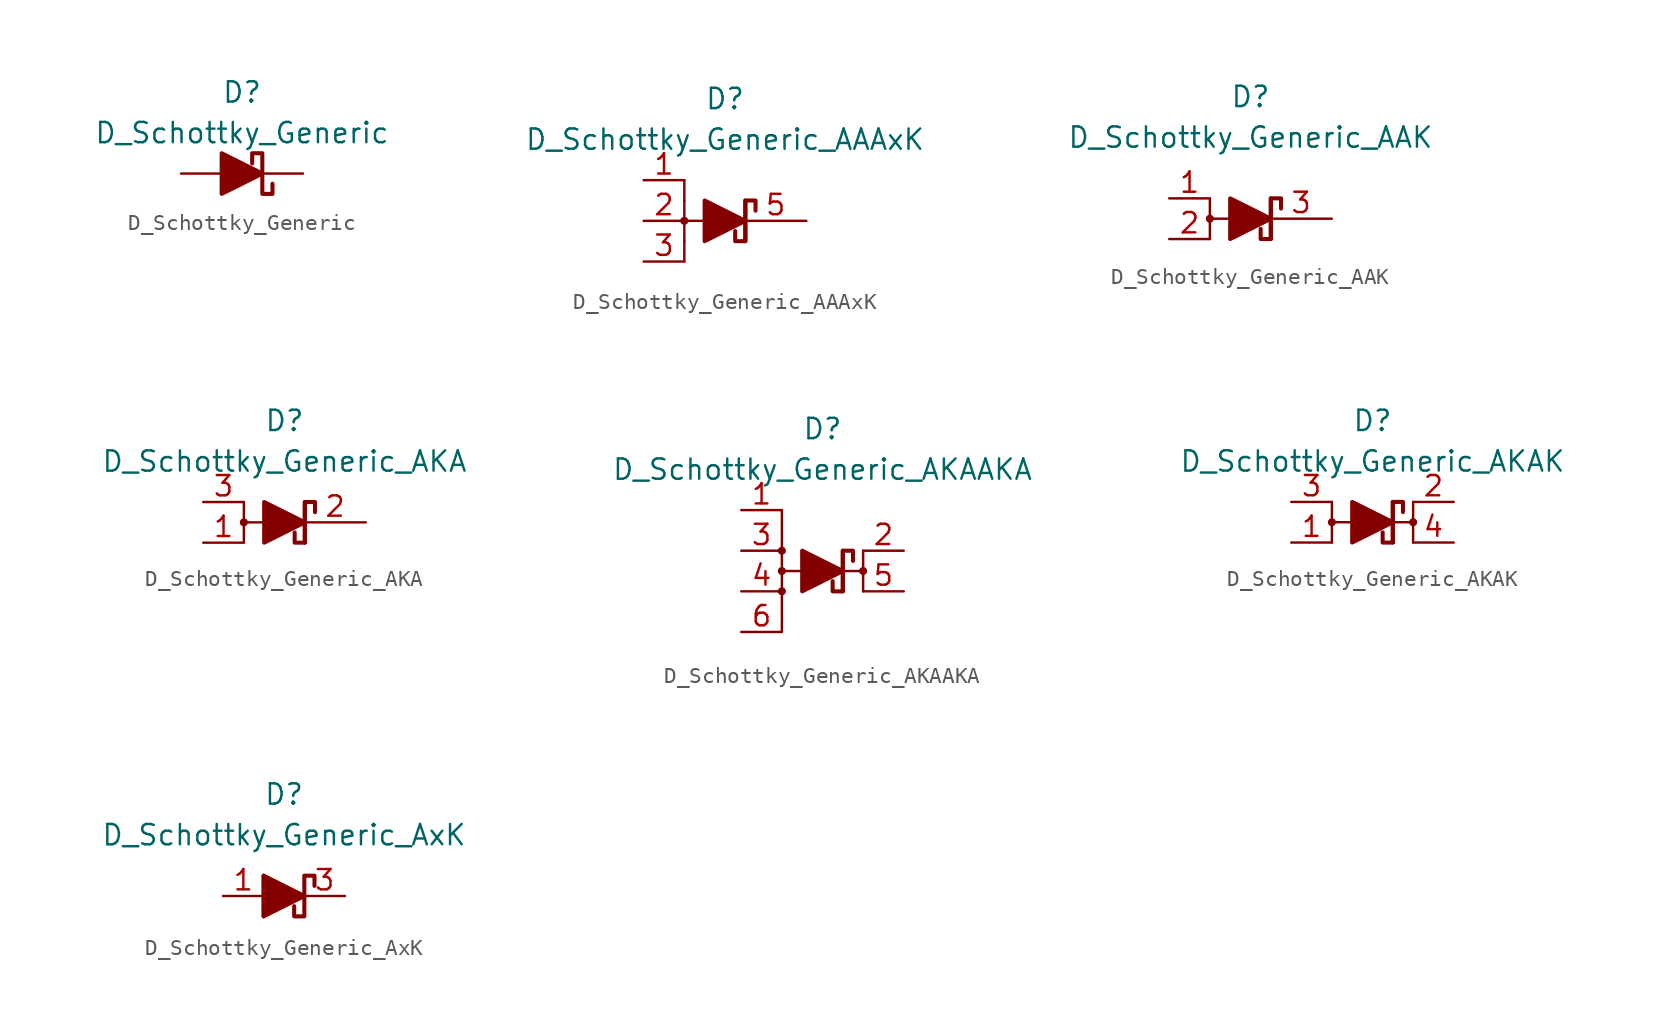
<source format=kicad_sym>
(kicad_symbol_lib
  (version 20211014)
  (generator kicad_symbol_editor)
  (symbol "D_Schottky_Generic"
    (pin_numbers hide)
    (pin_names
      (offset 1.016) hide)
    (property "Reference" "D"
      (at 0 5.08 0)
      (effects (font (size 1.27 1.27))))
    (property "Value" "D_Schottky_Generic"
      (at 0 2.54 0)
      (effects (font (size 1.27 1.27))))
    (symbol "D_Schottky_Generic_0_1"
      (polyline (pts (xy -1.27 0) (xy 1.27 0)) (stroke (width 0) (type default) (color 0 0 0 0)) (fill (type none)))
      (polyline (pts (xy -1.27 -1.27) (xy -1.27 1.27) (xy 1.27 0) (xy -1.27 -1.27)) (stroke (width 0.254) (type default) (color 0 0 0 0)) (fill (type outline)))
      (polyline (pts (xy 1.905 -0.635) (xy 1.905 -1.27) (xy 1.27 -1.27) (xy 1.27 1.27) (xy 0.635 1.27) (xy 0.635 0.635)) (stroke (width 0.254) (type default) (color 0 0 0 0)) (fill (type none))))
    (symbol "D_Schottky_Generic_1_1"
      (pin passive line (at 3.81 0 180) (length 2.54) (name "K" (effects (font (size 1.27 1.27)))) (number "1" (effects (font (size 1.27 1.27)))))
      (pin passive line (at -3.81 0 0) (length 2.54) (name "A" (effects (font (size 1.27 1.27)))) (number "2" (effects (font (size 1.27 1.27)))))))
  (symbol "D_Schottky_Generic_AAAxK"
    (pin_names
      (offset 1.016) hide)
    (property "Reference" "D"
      (at 0 7.62 0)
      (effects (font (size 1.27 1.27))))
    (property "Value" "D_Schottky_Generic_AAAxK"
      (at 0 5.08 0)
      (effects (font (size 1.27 1.27))))
    (symbol "D_Schottky_Generic_AAAxK_0_1"
      (circle (center -2.54 0) (radius 0.178) (stroke (width 0) (type default) (color 0 0 0 0)) (fill (type outline)))
      (polyline (pts (xy -2.54 -2.54) (xy -2.54 -1.27)) (stroke (width 0) (type default) (color 0 0 0 0)) (fill (type none)))
      (polyline (pts (xy -2.54 1.27) (xy -2.54 -1.27)) (stroke (width 0) (type default) (color 0 0 0 0)) (fill (type none)))
      (polyline (pts (xy -2.54 1.27) (xy -2.54 2.54)) (stroke (width 0) (type default) (color 0 0 0 0)) (fill (type none)))
      (polyline (pts (xy -1.27 0) (xy -2.54 0)) (stroke (width 0) (type default) (color 0 0 0 0)) (fill (type none)))
      (polyline (pts (xy -1.27 0) (xy 1.27 0)) (stroke (width 0) (type default) (color 0 0 0 0)) (fill (type none)))
      (polyline (pts (xy 1.27 -1.27) (xy 1.27 1.27)) (stroke (width 0.254) (type default) (color 0 0 0 0)) (fill (type none)))
      (polyline (pts (xy -1.27 -1.27) (xy -1.27 1.27) (xy 1.27 0) (xy -1.27 -1.27)) (stroke (width 0.254) (type default) (color 0 0 0 0)) (fill (type outline))))
    (symbol "D_Schottky_Generic_AAAxK_1_1"
      (polyline (pts (xy 0.635 -0.635) (xy 0.635 -1.27) (xy 1.27 -1.27) (xy 1.27 1.27) (xy 1.905 1.27) (xy 1.905 0.635)) (stroke (width 0.254) (type default) (color 0 0 0 0)) (fill (type none)))
      (pin passive line (at -5.08 2.54 0) (length 2.54) (name "A" (effects (font (size 1.27 1.27)))) (number "1" (effects (font (size 1.27 1.27)))))
      (pin passive line (at -5.08 0 0) (length 2.54) (name "A" (effects (font (size 1.27 1.27)))) (number "2" (effects (font (size 1.27 1.27)))))
      (pin passive line (at -5.08 -2.54 0) (length 2.54) (name "A" (effects (font (size 1.27 1.27)))) (number "3" (effects (font (size 1.27 1.27)))))
      (pin no_connect line (at 0 0 0) (length 2.54) hide (name "NC" (effects (font (size 1.27 1.27)))) (number "4" (effects (font (size 1.27 1.27)))))
      (pin passive line (at 5.08 0 180) (length 3.835) (name "K" (effects (font (size 1.27 1.27)))) (number "5" (effects (font (size 1.27 1.27)))))))
  (symbol "D_Schottky_Generic_AAK"
    (pin_names
      (offset 1.016) hide)
    (property "Reference" "D"
      (at 0 7.62 0)
      (effects (font (size 1.27 1.27))))
    (property "Value" "D_Schottky_Generic_AAK"
      (at 0 5.08 0)
      (effects (font (size 1.27 1.27))))
    (symbol "D_Schottky_Generic_AAK_0_1"
      (circle (center -2.54 0) (radius 0.178) (stroke (width 0) (type default) (color 0 0 0 0)) (fill (type outline)))
      (polyline (pts (xy -2.54 1.27) (xy -2.54 -1.27)) (stroke (width 0) (type default) (color 0 0 0 0)) (fill (type none)))
      (polyline (pts (xy -1.27 0) (xy -2.54 0)) (stroke (width 0) (type default) (color 0 0 0 0)) (fill (type none)))
      (polyline (pts (xy -1.27 0) (xy 1.27 0)) (stroke (width 0) (type default) (color 0 0 0 0)) (fill (type none)))
      (polyline (pts (xy 1.27 -1.27) (xy 1.27 1.27)) (stroke (width 0.254) (type default) (color 0 0 0 0)) (fill (type none)))
      (polyline (pts (xy -1.27 -1.27) (xy -1.27 1.27) (xy 1.27 0) (xy -1.27 -1.27)) (stroke (width 0.254) (type default) (color 0 0 0 0)) (fill (type outline))))
    (symbol "D_Schottky_Generic_AAK_1_1"
      (polyline (pts (xy 0.635 -0.635) (xy 0.635 -1.27) (xy 1.27 -1.27) (xy 1.27 1.27) (xy 1.905 1.27) (xy 1.905 0.635)) (stroke (width 0.254) (type default) (color 0 0 0 0)) (fill (type none)))
      (pin passive line (at -5.08 1.27 0) (length 2.54) (name "A" (effects (font (size 1.27 1.27)))) (number "1" (effects (font (size 1.27 1.27)))))
      (pin passive line (at -5.08 -1.27 0) (length 2.54) (name "A" (effects (font (size 1.27 1.27)))) (number "2" (effects (font (size 1.27 1.27)))))
      (pin passive line (at 5.08 0 180) (length 3.835) (name "K" (effects (font (size 1.27 1.27)))) (number "3" (effects (font (size 1.27 1.27)))))))
  (symbol "D_Schottky_Generic_AKA"
    (pin_names
      (offset 1.016) hide)
    (property "Reference" "D"
      (at 0 6.35 0)
      (effects (font (size 1.27 1.27))))
    (property "Value" "D_Schottky_Generic_AKA"
      (at 0 3.81 0)
      (effects (font (size 1.27 1.27))))
    (symbol "D_Schottky_Generic_AKA_0_1"
      (circle (center -2.54 0) (radius 0.178) (stroke (width 0) (type default) (color 0 0 0 0)) (fill (type outline)))
      (polyline (pts (xy -2.54 1.27) (xy -2.54 -1.27)) (stroke (width 0) (type default) (color 0 0 0 0)) (fill (type none)))
      (polyline (pts (xy -1.27 0) (xy -2.54 0)) (stroke (width 0) (type default) (color 0 0 0 0)) (fill (type none)))
      (polyline (pts (xy -1.27 0) (xy 1.27 0)) (stroke (width 0) (type default) (color 0 0 0 0)) (fill (type none)))
      (polyline (pts (xy 1.27 -1.27) (xy 1.27 1.27)) (stroke (width 0.254) (type default) (color 0 0 0 0)) (fill (type none)))
      (polyline (pts (xy -1.27 -1.27) (xy -1.27 1.27) (xy 1.27 0) (xy -1.27 -1.27)) (stroke (width 0.254) (type default) (color 0 0 0 0)) (fill (type outline))))
    (symbol "D_Schottky_Generic_AKA_1_1"
      (polyline (pts (xy 0.635 -0.635) (xy 0.635 -1.27) (xy 1.27 -1.27) (xy 1.27 1.27) (xy 1.905 1.27) (xy 1.905 0.635)) (stroke (width 0.254) (type default) (color 0 0 0 0)) (fill (type none)))
      (pin passive line (at -5.08 -1.27 0) (length 2.54) (name "A" (effects (font (size 1.27 1.27)))) (number "1" (effects (font (size 1.27 1.27)))))
      (pin passive line (at 5.08 0 180) (length 3.835) (name "K" (effects (font (size 1.27 1.27)))) (number "2" (effects (font (size 1.27 1.27)))))
      (pin passive line (at -5.08 1.27 0) (length 2.54) (name "A" (effects (font (size 1.27 1.27)))) (number "3" (effects (font (size 1.27 1.27)))))))
  (symbol "D_Schottky_Generic_AKAAKA"
    (pin_names
      (offset 1.016) hide)
    (property "Reference" "D"
      (at 0 8.89 0)
      (effects (font (size 1.27 1.27))))
    (property "Value" "D_Schottky_Generic_AKAAKA"
      (at 0 6.35 0)
      (effects (font (size 1.27 1.27))))
    (symbol "D_Schottky_Generic_AKAAKA_0_1"
      (circle (center -2.54 0) (radius 0.178) (stroke (width 0) (type default) (color 0 0 0 0)) (fill (type outline)))
      (polyline (pts (xy -2.54 -3.81) (xy -2.54 -1.27)) (stroke (width 0) (type default) (color 0 0 0 0)) (fill (type none)))
      (polyline (pts (xy -2.54 1.27) (xy -2.54 -1.27)) (stroke (width 0) (type default) (color 0 0 0 0)) (fill (type none)))
      (polyline (pts (xy -2.54 1.27) (xy -2.54 3.81)) (stroke (width 0) (type default) (color 0 0 0 0)) (fill (type none)))
      (polyline (pts (xy -1.27 0) (xy -2.54 0)) (stroke (width 0) (type default) (color 0 0 0 0)) (fill (type none)))
      (polyline (pts (xy -1.27 0) (xy 1.27 0)) (stroke (width 0) (type default) (color 0 0 0 0)) (fill (type none)))
      (polyline (pts (xy 1.27 -1.27) (xy 1.27 1.27)) (stroke (width 0.254) (type default) (color 0 0 0 0)) (fill (type none)))
      (polyline (pts (xy -1.27 -1.27) (xy -1.27 1.27) (xy 1.27 0) (xy -1.27 -1.27)) (stroke (width 0.254) (type default) (color 0 0 0 0)) (fill (type outline))))
    (symbol "D_Schottky_Generic_AKAAKA_1_1"
      (circle (center -2.54 -1.27) (radius 0.178) (stroke (width 0) (type default) (color 0 0 0 0)) (fill (type outline)))
      (circle (center -2.54 1.27) (radius 0.178) (stroke (width 0) (type default) (color 0 0 0 0)) (fill (type outline)))
      (polyline (pts (xy 1.27 0) (xy 2.54 0)) (stroke (width 0) (type default) (color 0 0 0 0)) (fill (type none)))
      (polyline (pts (xy 2.54 -1.27) (xy 2.54 1.27)) (stroke (width 0) (type default) (color 0 0 0 0)) (fill (type none)))
      (polyline (pts (xy 0.635 -0.635) (xy 0.635 -1.27) (xy 1.27 -1.27) (xy 1.27 1.27) (xy 1.905 1.27) (xy 1.905 0.635)) (stroke (width 0.254) (type default) (color 0 0 0 0)) (fill (type none)))
      (circle (center 2.54 0) (radius 0.178) (stroke (width 0) (type default) (color 0 0 0 0)) (fill (type outline)))
      (pin passive line (at -5.08 3.81 0) (length 2.54) (name "A" (effects (font (size 1.27 1.27)))) (number "1" (effects (font (size 1.27 1.27)))))
      (pin passive line (at 5.08 1.27 180) (length 2.54) (name "K" (effects (font (size 1.27 1.27)))) (number "2" (effects (font (size 1.27 1.27)))))
      (pin passive line (at -5.08 1.27 0) (length 2.54) (name "A" (effects (font (size 1.27 1.27)))) (number "3" (effects (font (size 1.27 1.27)))))
      (pin passive line (at -5.08 -1.27 0) (length 2.54) (name "A" (effects (font (size 1.27 1.27)))) (number "4" (effects (font (size 1.27 1.27)))))
      (pin passive line (at 5.08 -1.27 180) (length 2.54) (name "K" (effects (font (size 1.27 1.27)))) (number "5" (effects (font (size 1.27 1.27)))))
      (pin passive line (at -5.08 -3.81 0) (length 2.54) (name "A" (effects (font (size 1.27 1.27)))) (number "6" (effects (font (size 1.27 1.27)))))))
  (symbol "D_Schottky_Generic_AKAK"
    (pin_names
      (offset 1.016) hide)
    (property "Reference" "D"
      (at 0 6.35 0)
      (effects (font (size 1.27 1.27))))
    (property "Value" "D_Schottky_Generic_AKAK"
      (at 0 3.81 0)
      (effects (font (size 1.27 1.27))))
    (symbol "D_Schottky_Generic_AKAK_0_1"
      (circle (center -2.54 0) (radius 0.178) (stroke (width 0) (type default) (color 0 0 0 0)) (fill (type outline)))
      (polyline (pts (xy -2.54 1.27) (xy -2.54 -1.27)) (stroke (width 0) (type default) (color 0 0 0 0)) (fill (type none)))
      (polyline (pts (xy -1.27 0) (xy -2.54 0)) (stroke (width 0) (type default) (color 0 0 0 0)) (fill (type none)))
      (polyline (pts (xy -1.27 0) (xy 1.27 0)) (stroke (width 0) (type default) (color 0 0 0 0)) (fill (type none)))
      (polyline (pts (xy 1.27 -1.27) (xy 1.27 1.27)) (stroke (width 0.254) (type default) (color 0 0 0 0)) (fill (type none)))
      (polyline (pts (xy -1.27 -1.27) (xy -1.27 1.27) (xy 1.27 0) (xy -1.27 -1.27)) (stroke (width 0.254) (type default) (color 0 0 0 0)) (fill (type outline))))
    (symbol "D_Schottky_Generic_AKAK_1_1"
      (polyline (pts (xy 1.27 0) (xy 2.54 0)) (stroke (width 0) (type default) (color 0 0 0 0)) (fill (type none)))
      (polyline (pts (xy 2.54 -1.27) (xy 2.54 1.27)) (stroke (width 0) (type default) (color 0 0 0 0)) (fill (type none)))
      (polyline (pts (xy 0.635 -0.635) (xy 0.635 -1.27) (xy 1.27 -1.27) (xy 1.27 1.27) (xy 1.905 1.27) (xy 1.905 0.635)) (stroke (width 0.254) (type default) (color 0 0 0 0)) (fill (type none)))
      (circle (center 2.54 0) (radius 0.178) (stroke (width 0) (type default) (color 0 0 0 0)) (fill (type outline)))
      (pin passive line (at -5.08 -1.27 0) (length 2.54) (name "A" (effects (font (size 1.27 1.27)))) (number "1" (effects (font (size 1.27 1.27)))))
      (pin passive line (at 5.08 1.27 180) (length 2.54) (name "K" (effects (font (size 1.27 1.27)))) (number "2" (effects (font (size 1.27 1.27)))))
      (pin passive line (at -5.08 1.27 0) (length 2.54) (name "A" (effects (font (size 1.27 1.27)))) (number "3" (effects (font (size 1.27 1.27)))))
      (pin passive line (at 5.08 -1.27 180) (length 2.54) (name "K" (effects (font (size 1.27 1.27)))) (number "4" (effects (font (size 1.27 1.27)))))))
  (symbol "D_Schottky_Generic_AxK"
    (pin_names
      (offset 1.016) hide)
    (property "Reference" "D"
      (at 0 6.35 0)
      (effects (font (size 1.27 1.27))))
    (property "Value" "D_Schottky_Generic_AxK"
      (at 0 3.81 0)
      (effects (font (size 1.27 1.27))))
    (symbol "D_Schottky_Generic_AxK_0_1"
      (polyline (pts (xy -1.27 0) (xy 1.27 0)) (stroke (width 0) (type default) (color 0 0 0 0)) (fill (type none)))
      (polyline (pts (xy -1.27 1.27) (xy -1.27 -1.27)) (stroke (width 0.254) (type default) (color 0 0 0 0)) (fill (type none)))
      (polyline (pts (xy -1.27 -1.27) (xy -1.27 1.27) (xy 1.27 0) (xy -1.27 -1.27)) (stroke (width 0.254) (type default) (color 0 0 0 0)) (fill (type outline))))
    (symbol "D_Schottky_Generic_AxK_1_1"
      (polyline (pts (xy 1.905 0.635) (xy 1.905 1.27) (xy 1.27 1.27) (xy 1.27 -1.27) (xy 0.635 -1.27) (xy 0.635 -0.635)) (stroke (width 0.254) (type default) (color 0 0 0 0)) (fill (type none)))
      (pin passive line (at -3.81 0 0) (length 2.54) (name "A" (effects (font (size 1.27 1.27)))) (number "1" (effects (font (size 1.27 1.27)))))
      (pin no_connect line (at 0 0 0) (length 2.54) hide (name "NC" (effects (font (size 1.27 1.27)))) (number "2" (effects (font (size 1.27 1.27)))))
      (pin passive line (at 3.81 0 180) (length 2.54) (name "K" (effects (font (size 1.27 1.27)))) (number "3" (effects (font (size 1.27 1.27))))))))
</source>
